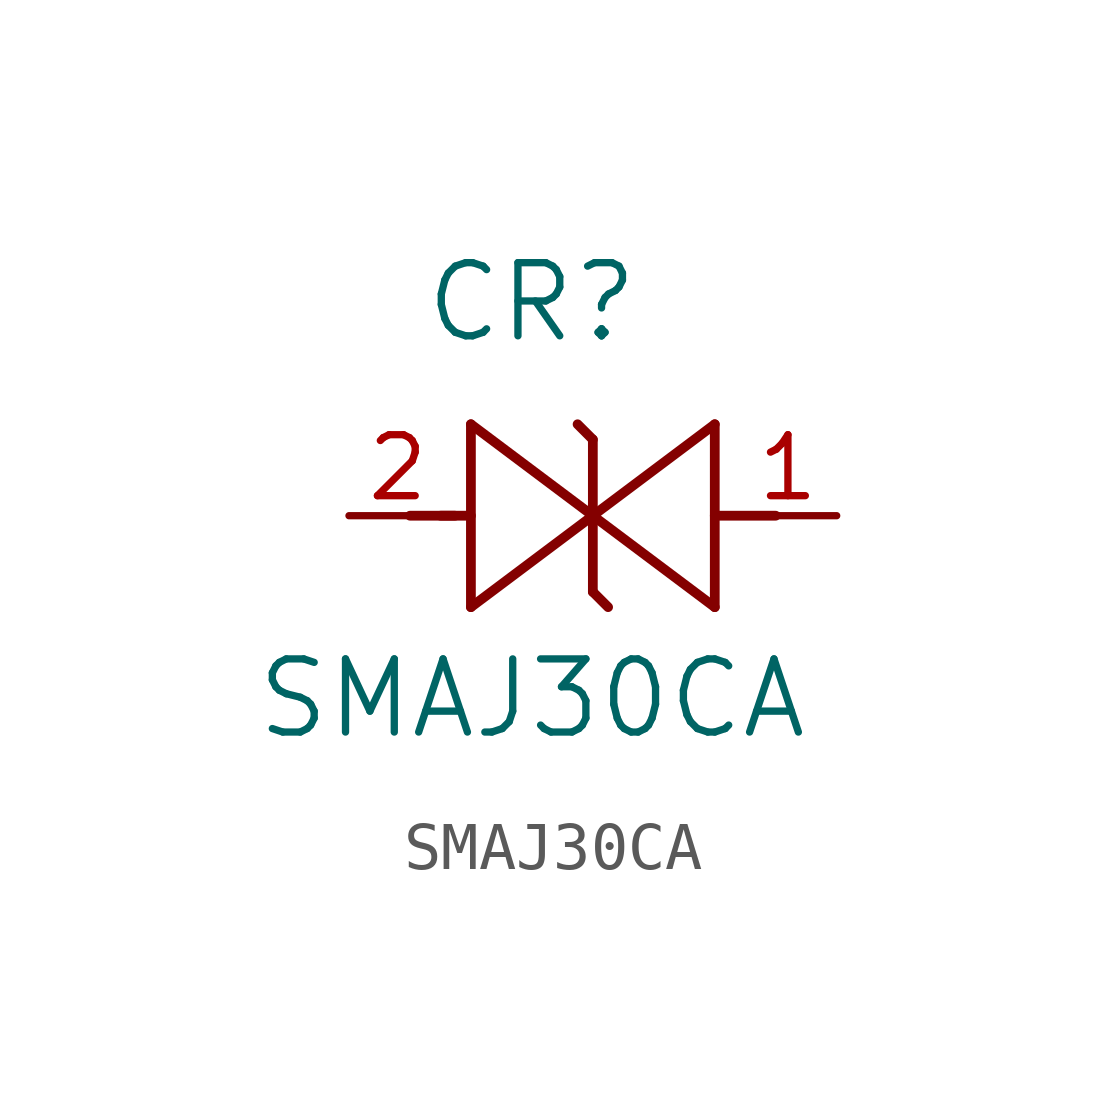
<source format=kicad_sym>
(kicad_symbol_lib
  (version 20241209)
  (generator "kicad_symbol_editor")
  (generator_version "9.0")
  (symbol "SMAJ30CA"
    (pin_names
      (offset 0.254))
    (property "Reference" "CR"
      (at 5.08 4.445 0)
      (effects (font (size 1.524 1.524))))
    (property "Value" "SMAJ30CA"
      (at 5.08 -3.81 0)
      (effects (font (size 1.524 1.524))))
    (property "ki_locked" ""
      (at 0 0 0)
      (effects (font (size 1.27 1.27))))
    (symbol "SMAJ30CA_0_1"
      (polyline (pts (xy 2.54 0) (xy 3.48 0)) (stroke (width 0.203) (type default)) (fill (type none)))
      (polyline (pts (xy 3.175 0) (xy 3.81 0)) (stroke (width 0.203) (type default)) (fill (type none)))
      (polyline (pts (xy 3.81 1.905) (xy 3.81 -1.905)) (stroke (width 0.203) (type default)) (fill (type none)))
      (polyline (pts (xy 3.81 -1.905) (xy 6.35 0)) (stroke (width 0.203) (type default)) (fill (type none)))
      (polyline (pts (xy 6.35 1.587) (xy 6.032 1.905)) (stroke (width 0.203) (type default)) (fill (type none)))
      (polyline (pts (xy 6.35 1.587) (xy 6.35 -1.587)) (stroke (width 0.203) (type default)) (fill (type none)))
      (polyline (pts (xy 6.35 0) (xy 3.81 1.905)) (stroke (width 0.203) (type default)) (fill (type none)))
      (polyline (pts (xy 6.35 0) (xy 8.89 -1.905)) (stroke (width 0.203) (type default)) (fill (type none)))
      (polyline (pts (xy 6.35 -1.587) (xy 6.668 -1.905)) (stroke (width 0.203) (type default)) (fill (type none)))
      (polyline (pts (xy 8.89 1.905) (xy 6.35 0)) (stroke (width 0.203) (type default)) (fill (type none)))
      (polyline (pts (xy 8.89 0) (xy 10.16 0)) (stroke (width 0.203) (type default)) (fill (type none)))
      (polyline (pts (xy 8.89 -1.905) (xy 8.89 1.905)) (stroke (width 0.203) (type default)) (fill (type none)))
      (pin passive line (at 1.27 0 0) (length 2.032) (name "" (effects (font (size 1.27 1.27)))) (number "2" (effects (font (size 1.27 1.27)))))
      (pin passive line (at 11.43 0 180) (length 2.032) (name "" (effects (font (size 1.27 1.27)))) (number "1" (effects (font (size 1.27 1.27))))))))
</source>
